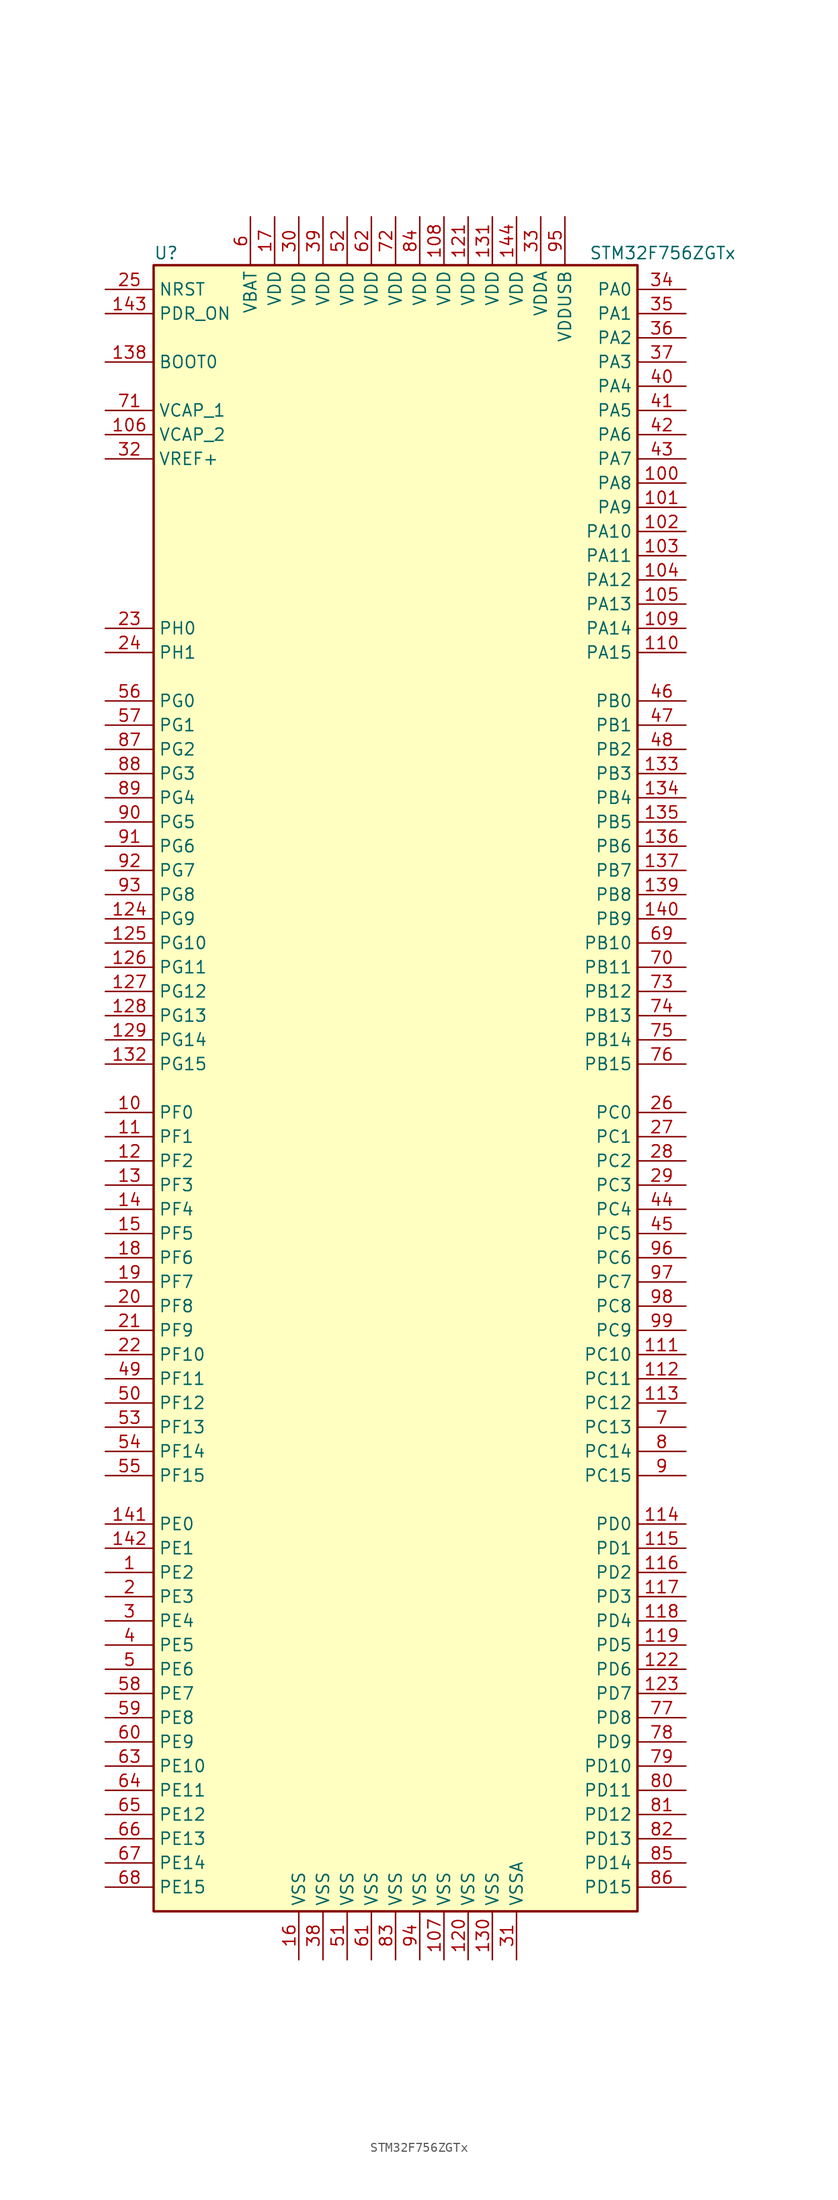
<source format=kicad_sym>
(kicad_symbol_lib
  (version 20211014)
  (generator kicad_symbol_editor)
  (symbol "STM32F756ZGTx"
    (property "Reference" "U"
      (at -25.4 87.63 0)
      (effects (font (size 1.27 1.27)) (justify left)))
    (property "Value" "STM32F756ZGTx"
      (at 20.32 87.63 0)
      (effects (font (size 1.27 1.27)) (justify left)))
    (symbol "STM32F756ZGTx_0_1"
      (rectangle (start -25.4 -86.36) (end 25.4 86.36) (stroke (width 0.254) (type default) (color 0 0 0 0)) (fill (type background))))
    (symbol "STM32F756ZGTx_1_1"
      (pin bidirectional line (at -30.48 -50.8 0) (length 5.08) (name "PE2" (effects (font (size 1.27 1.27)))) (number "1" (effects (font (size 1.27 1.27)))))
      (pin bidirectional line (at -30.48 -2.54 0) (length 5.08) (name "PF0" (effects (font (size 1.27 1.27)))) (number "10" (effects (font (size 1.27 1.27)))))
      (pin bidirectional line (at 30.48 63.5 180) (length 5.08) (name "PA8" (effects (font (size 1.27 1.27)))) (number "100" (effects (font (size 1.27 1.27)))))
      (pin bidirectional line (at 30.48 60.96 180) (length 5.08) (name "PA9" (effects (font (size 1.27 1.27)))) (number "101" (effects (font (size 1.27 1.27)))))
      (pin bidirectional line (at 30.48 58.42 180) (length 5.08) (name "PA10" (effects (font (size 1.27 1.27)))) (number "102" (effects (font (size 1.27 1.27)))))
      (pin bidirectional line (at 30.48 55.88 180) (length 5.08) (name "PA11" (effects (font (size 1.27 1.27)))) (number "103" (effects (font (size 1.27 1.27)))))
      (pin bidirectional line (at 30.48 53.34 180) (length 5.08) (name "PA12" (effects (font (size 1.27 1.27)))) (number "104" (effects (font (size 1.27 1.27)))))
      (pin bidirectional line (at 30.48 50.8 180) (length 5.08) (name "PA13" (effects (font (size 1.27 1.27)))) (number "105" (effects (font (size 1.27 1.27)))))
      (pin power_in line (at -30.48 68.58 0) (length 5.08) (name "VCAP_2" (effects (font (size 1.27 1.27)))) (number "106" (effects (font (size 1.27 1.27)))))
      (pin power_in line (at 5.08 -91.44 90) (length 5.08) (name "VSS" (effects (font (size 1.27 1.27)))) (number "107" (effects (font (size 1.27 1.27)))))
      (pin power_in line (at 5.08 91.44 270) (length 5.08) (name "VDD" (effects (font (size 1.27 1.27)))) (number "108" (effects (font (size 1.27 1.27)))))
      (pin bidirectional line (at 30.48 48.26 180) (length 5.08) (name "PA14" (effects (font (size 1.27 1.27)))) (number "109" (effects (font (size 1.27 1.27)))))
      (pin bidirectional line (at -30.48 -5.08 0) (length 5.08) (name "PF1" (effects (font (size 1.27 1.27)))) (number "11" (effects (font (size 1.27 1.27)))))
      (pin bidirectional line (at 30.48 45.72 180) (length 5.08) (name "PA15" (effects (font (size 1.27 1.27)))) (number "110" (effects (font (size 1.27 1.27)))))
      (pin bidirectional line (at 30.48 -27.94 180) (length 5.08) (name "PC10" (effects (font (size 1.27 1.27)))) (number "111" (effects (font (size 1.27 1.27)))))
      (pin bidirectional line (at 30.48 -30.48 180) (length 5.08) (name "PC11" (effects (font (size 1.27 1.27)))) (number "112" (effects (font (size 1.27 1.27)))))
      (pin bidirectional line (at 30.48 -33.02 180) (length 5.08) (name "PC12" (effects (font (size 1.27 1.27)))) (number "113" (effects (font (size 1.27 1.27)))))
      (pin bidirectional line (at 30.48 -45.72 180) (length 5.08) (name "PD0" (effects (font (size 1.27 1.27)))) (number "114" (effects (font (size 1.27 1.27)))))
      (pin bidirectional line (at 30.48 -48.26 180) (length 5.08) (name "PD1" (effects (font (size 1.27 1.27)))) (number "115" (effects (font (size 1.27 1.27)))))
      (pin bidirectional line (at 30.48 -50.8 180) (length 5.08) (name "PD2" (effects (font (size 1.27 1.27)))) (number "116" (effects (font (size 1.27 1.27)))))
      (pin bidirectional line (at 30.48 -53.34 180) (length 5.08) (name "PD3" (effects (font (size 1.27 1.27)))) (number "117" (effects (font (size 1.27 1.27)))))
      (pin bidirectional line (at 30.48 -55.88 180) (length 5.08) (name "PD4" (effects (font (size 1.27 1.27)))) (number "118" (effects (font (size 1.27 1.27)))))
      (pin bidirectional line (at 30.48 -58.42 180) (length 5.08) (name "PD5" (effects (font (size 1.27 1.27)))) (number "119" (effects (font (size 1.27 1.27)))))
      (pin bidirectional line (at -30.48 -7.62 0) (length 5.08) (name "PF2" (effects (font (size 1.27 1.27)))) (number "12" (effects (font (size 1.27 1.27)))))
      (pin power_in line (at 7.62 -91.44 90) (length 5.08) (name "VSS" (effects (font (size 1.27 1.27)))) (number "120" (effects (font (size 1.27 1.27)))))
      (pin power_in line (at 7.62 91.44 270) (length 5.08) (name "VDD" (effects (font (size 1.27 1.27)))) (number "121" (effects (font (size 1.27 1.27)))))
      (pin bidirectional line (at 30.48 -60.96 180) (length 5.08) (name "PD6" (effects (font (size 1.27 1.27)))) (number "122" (effects (font (size 1.27 1.27)))))
      (pin bidirectional line (at 30.48 -63.5 180) (length 5.08) (name "PD7" (effects (font (size 1.27 1.27)))) (number "123" (effects (font (size 1.27 1.27)))))
      (pin bidirectional line (at -30.48 17.78 0) (length 5.08) (name "PG9" (effects (font (size 1.27 1.27)))) (number "124" (effects (font (size 1.27 1.27)))))
      (pin bidirectional line (at -30.48 15.24 0) (length 5.08) (name "PG10" (effects (font (size 1.27 1.27)))) (number "125" (effects (font (size 1.27 1.27)))))
      (pin bidirectional line (at -30.48 12.7 0) (length 5.08) (name "PG11" (effects (font (size 1.27 1.27)))) (number "126" (effects (font (size 1.27 1.27)))))
      (pin bidirectional line (at -30.48 10.16 0) (length 5.08) (name "PG12" (effects (font (size 1.27 1.27)))) (number "127" (effects (font (size 1.27 1.27)))))
      (pin bidirectional line (at -30.48 7.62 0) (length 5.08) (name "PG13" (effects (font (size 1.27 1.27)))) (number "128" (effects (font (size 1.27 1.27)))))
      (pin bidirectional line (at -30.48 5.08 0) (length 5.08) (name "PG14" (effects (font (size 1.27 1.27)))) (number "129" (effects (font (size 1.27 1.27)))))
      (pin bidirectional line (at -30.48 -10.16 0) (length 5.08) (name "PF3" (effects (font (size 1.27 1.27)))) (number "13" (effects (font (size 1.27 1.27)))))
      (pin power_in line (at 10.16 -91.44 90) (length 5.08) (name "VSS" (effects (font (size 1.27 1.27)))) (number "130" (effects (font (size 1.27 1.27)))))
      (pin power_in line (at 10.16 91.44 270) (length 5.08) (name "VDD" (effects (font (size 1.27 1.27)))) (number "131" (effects (font (size 1.27 1.27)))))
      (pin bidirectional line (at -30.48 2.54 0) (length 5.08) (name "PG15" (effects (font (size 1.27 1.27)))) (number "132" (effects (font (size 1.27 1.27)))))
      (pin bidirectional line (at 30.48 33.02 180) (length 5.08) (name "PB3" (effects (font (size 1.27 1.27)))) (number "133" (effects (font (size 1.27 1.27)))))
      (pin bidirectional line (at 30.48 30.48 180) (length 5.08) (name "PB4" (effects (font (size 1.27 1.27)))) (number "134" (effects (font (size 1.27 1.27)))))
      (pin bidirectional line (at 30.48 27.94 180) (length 5.08) (name "PB5" (effects (font (size 1.27 1.27)))) (number "135" (effects (font (size 1.27 1.27)))))
      (pin bidirectional line (at 30.48 25.4 180) (length 5.08) (name "PB6" (effects (font (size 1.27 1.27)))) (number "136" (effects (font (size 1.27 1.27)))))
      (pin bidirectional line (at 30.48 22.86 180) (length 5.08) (name "PB7" (effects (font (size 1.27 1.27)))) (number "137" (effects (font (size 1.27 1.27)))))
      (pin input line (at -30.48 76.2 0) (length 5.08) (name "BOOT0" (effects (font (size 1.27 1.27)))) (number "138" (effects (font (size 1.27 1.27)))))
      (pin bidirectional line (at 30.48 20.32 180) (length 5.08) (name "PB8" (effects (font (size 1.27 1.27)))) (number "139" (effects (font (size 1.27 1.27)))))
      (pin bidirectional line (at -30.48 -12.7 0) (length 5.08) (name "PF4" (effects (font (size 1.27 1.27)))) (number "14" (effects (font (size 1.27 1.27)))))
      (pin bidirectional line (at 30.48 17.78 180) (length 5.08) (name "PB9" (effects (font (size 1.27 1.27)))) (number "140" (effects (font (size 1.27 1.27)))))
      (pin bidirectional line (at -30.48 -45.72 0) (length 5.08) (name "PE0" (effects (font (size 1.27 1.27)))) (number "141" (effects (font (size 1.27 1.27)))))
      (pin bidirectional line (at -30.48 -48.26 0) (length 5.08) (name "PE1" (effects (font (size 1.27 1.27)))) (number "142" (effects (font (size 1.27 1.27)))))
      (pin input line (at -30.48 81.28 0) (length 5.08) (name "PDR_ON" (effects (font (size 1.27 1.27)))) (number "143" (effects (font (size 1.27 1.27)))))
      (pin power_in line (at 12.7 91.44 270) (length 5.08) (name "VDD" (effects (font (size 1.27 1.27)))) (number "144" (effects (font (size 1.27 1.27)))))
      (pin bidirectional line (at -30.48 -15.24 0) (length 5.08) (name "PF5" (effects (font (size 1.27 1.27)))) (number "15" (effects (font (size 1.27 1.27)))))
      (pin power_in line (at -10.16 -91.44 90) (length 5.08) (name "VSS" (effects (font (size 1.27 1.27)))) (number "16" (effects (font (size 1.27 1.27)))))
      (pin power_in line (at -12.7 91.44 270) (length 5.08) (name "VDD" (effects (font (size 1.27 1.27)))) (number "17" (effects (font (size 1.27 1.27)))))
      (pin bidirectional line (at -30.48 -17.78 0) (length 5.08) (name "PF6" (effects (font (size 1.27 1.27)))) (number "18" (effects (font (size 1.27 1.27)))))
      (pin bidirectional line (at -30.48 -20.32 0) (length 5.08) (name "PF7" (effects (font (size 1.27 1.27)))) (number "19" (effects (font (size 1.27 1.27)))))
      (pin bidirectional line (at -30.48 -53.34 0) (length 5.08) (name "PE3" (effects (font (size 1.27 1.27)))) (number "2" (effects (font (size 1.27 1.27)))))
      (pin bidirectional line (at -30.48 -22.86 0) (length 5.08) (name "PF8" (effects (font (size 1.27 1.27)))) (number "20" (effects (font (size 1.27 1.27)))))
      (pin bidirectional line (at -30.48 -25.4 0) (length 5.08) (name "PF9" (effects (font (size 1.27 1.27)))) (number "21" (effects (font (size 1.27 1.27)))))
      (pin bidirectional line (at -30.48 -27.94 0) (length 5.08) (name "PF10" (effects (font (size 1.27 1.27)))) (number "22" (effects (font (size 1.27 1.27)))))
      (pin input line (at -30.48 48.26 0) (length 5.08) (name "PH0" (effects (font (size 1.27 1.27)))) (number "23" (effects (font (size 1.27 1.27)))))
      (pin input line (at -30.48 45.72 0) (length 5.08) (name "PH1" (effects (font (size 1.27 1.27)))) (number "24" (effects (font (size 1.27 1.27)))))
      (pin input line (at -30.48 83.82 0) (length 5.08) (name "NRST" (effects (font (size 1.27 1.27)))) (number "25" (effects (font (size 1.27 1.27)))))
      (pin bidirectional line (at 30.48 -2.54 180) (length 5.08) (name "PC0" (effects (font (size 1.27 1.27)))) (number "26" (effects (font (size 1.27 1.27)))))
      (pin bidirectional line (at 30.48 -5.08 180) (length 5.08) (name "PC1" (effects (font (size 1.27 1.27)))) (number "27" (effects (font (size 1.27 1.27)))))
      (pin bidirectional line (at 30.48 -7.62 180) (length 5.08) (name "PC2" (effects (font (size 1.27 1.27)))) (number "28" (effects (font (size 1.27 1.27)))))
      (pin bidirectional line (at 30.48 -10.16 180) (length 5.08) (name "PC3" (effects (font (size 1.27 1.27)))) (number "29" (effects (font (size 1.27 1.27)))))
      (pin bidirectional line (at -30.48 -55.88 0) (length 5.08) (name "PE4" (effects (font (size 1.27 1.27)))) (number "3" (effects (font (size 1.27 1.27)))))
      (pin power_in line (at -10.16 91.44 270) (length 5.08) (name "VDD" (effects (font (size 1.27 1.27)))) (number "30" (effects (font (size 1.27 1.27)))))
      (pin power_in line (at 12.7 -91.44 90) (length 5.08) (name "VSSA" (effects (font (size 1.27 1.27)))) (number "31" (effects (font (size 1.27 1.27)))))
      (pin power_in line (at -30.48 66.04 0) (length 5.08) (name "VREF+" (effects (font (size 1.27 1.27)))) (number "32" (effects (font (size 1.27 1.27)))))
      (pin power_in line (at 15.24 91.44 270) (length 5.08) (name "VDDA" (effects (font (size 1.27 1.27)))) (number "33" (effects (font (size 1.27 1.27)))))
      (pin bidirectional line (at 30.48 83.82 180) (length 5.08) (name "PA0" (effects (font (size 1.27 1.27)))) (number "34" (effects (font (size 1.27 1.27)))))
      (pin bidirectional line (at 30.48 81.28 180) (length 5.08) (name "PA1" (effects (font (size 1.27 1.27)))) (number "35" (effects (font (size 1.27 1.27)))))
      (pin bidirectional line (at 30.48 78.74 180) (length 5.08) (name "PA2" (effects (font (size 1.27 1.27)))) (number "36" (effects (font (size 1.27 1.27)))))
      (pin bidirectional line (at 30.48 76.2 180) (length 5.08) (name "PA3" (effects (font (size 1.27 1.27)))) (number "37" (effects (font (size 1.27 1.27)))))
      (pin power_in line (at -7.62 -91.44 90) (length 5.08) (name "VSS" (effects (font (size 1.27 1.27)))) (number "38" (effects (font (size 1.27 1.27)))))
      (pin power_in line (at -7.62 91.44 270) (length 5.08) (name "VDD" (effects (font (size 1.27 1.27)))) (number "39" (effects (font (size 1.27 1.27)))))
      (pin bidirectional line (at -30.48 -58.42 0) (length 5.08) (name "PE5" (effects (font (size 1.27 1.27)))) (number "4" (effects (font (size 1.27 1.27)))))
      (pin bidirectional line (at 30.48 73.66 180) (length 5.08) (name "PA4" (effects (font (size 1.27 1.27)))) (number "40" (effects (font (size 1.27 1.27)))))
      (pin bidirectional line (at 30.48 71.12 180) (length 5.08) (name "PA5" (effects (font (size 1.27 1.27)))) (number "41" (effects (font (size 1.27 1.27)))))
      (pin bidirectional line (at 30.48 68.58 180) (length 5.08) (name "PA6" (effects (font (size 1.27 1.27)))) (number "42" (effects (font (size 1.27 1.27)))))
      (pin bidirectional line (at 30.48 66.04 180) (length 5.08) (name "PA7" (effects (font (size 1.27 1.27)))) (number "43" (effects (font (size 1.27 1.27)))))
      (pin bidirectional line (at 30.48 -12.7 180) (length 5.08) (name "PC4" (effects (font (size 1.27 1.27)))) (number "44" (effects (font (size 1.27 1.27)))))
      (pin bidirectional line (at 30.48 -15.24 180) (length 5.08) (name "PC5" (effects (font (size 1.27 1.27)))) (number "45" (effects (font (size 1.27 1.27)))))
      (pin bidirectional line (at 30.48 40.64 180) (length 5.08) (name "PB0" (effects (font (size 1.27 1.27)))) (number "46" (effects (font (size 1.27 1.27)))))
      (pin bidirectional line (at 30.48 38.1 180) (length 5.08) (name "PB1" (effects (font (size 1.27 1.27)))) (number "47" (effects (font (size 1.27 1.27)))))
      (pin bidirectional line (at 30.48 35.56 180) (length 5.08) (name "PB2" (effects (font (size 1.27 1.27)))) (number "48" (effects (font (size 1.27 1.27)))))
      (pin bidirectional line (at -30.48 -30.48 0) (length 5.08) (name "PF11" (effects (font (size 1.27 1.27)))) (number "49" (effects (font (size 1.27 1.27)))))
      (pin bidirectional line (at -30.48 -60.96 0) (length 5.08) (name "PE6" (effects (font (size 1.27 1.27)))) (number "5" (effects (font (size 1.27 1.27)))))
      (pin bidirectional line (at -30.48 -33.02 0) (length 5.08) (name "PF12" (effects (font (size 1.27 1.27)))) (number "50" (effects (font (size 1.27 1.27)))))
      (pin power_in line (at -5.08 -91.44 90) (length 5.08) (name "VSS" (effects (font (size 1.27 1.27)))) (number "51" (effects (font (size 1.27 1.27)))))
      (pin power_in line (at -5.08 91.44 270) (length 5.08) (name "VDD" (effects (font (size 1.27 1.27)))) (number "52" (effects (font (size 1.27 1.27)))))
      (pin bidirectional line (at -30.48 -35.56 0) (length 5.08) (name "PF13" (effects (font (size 1.27 1.27)))) (number "53" (effects (font (size 1.27 1.27)))))
      (pin bidirectional line (at -30.48 -38.1 0) (length 5.08) (name "PF14" (effects (font (size 1.27 1.27)))) (number "54" (effects (font (size 1.27 1.27)))))
      (pin bidirectional line (at -30.48 -40.64 0) (length 5.08) (name "PF15" (effects (font (size 1.27 1.27)))) (number "55" (effects (font (size 1.27 1.27)))))
      (pin bidirectional line (at -30.48 40.64 0) (length 5.08) (name "PG0" (effects (font (size 1.27 1.27)))) (number "56" (effects (font (size 1.27 1.27)))))
      (pin bidirectional line (at -30.48 38.1 0) (length 5.08) (name "PG1" (effects (font (size 1.27 1.27)))) (number "57" (effects (font (size 1.27 1.27)))))
      (pin bidirectional line (at -30.48 -63.5 0) (length 5.08) (name "PE7" (effects (font (size 1.27 1.27)))) (number "58" (effects (font (size 1.27 1.27)))))
      (pin bidirectional line (at -30.48 -66.04 0) (length 5.08) (name "PE8" (effects (font (size 1.27 1.27)))) (number "59" (effects (font (size 1.27 1.27)))))
      (pin power_in line (at -15.24 91.44 270) (length 5.08) (name "VBAT" (effects (font (size 1.27 1.27)))) (number "6" (effects (font (size 1.27 1.27)))))
      (pin bidirectional line (at -30.48 -68.58 0) (length 5.08) (name "PE9" (effects (font (size 1.27 1.27)))) (number "60" (effects (font (size 1.27 1.27)))))
      (pin power_in line (at -2.54 -91.44 90) (length 5.08) (name "VSS" (effects (font (size 1.27 1.27)))) (number "61" (effects (font (size 1.27 1.27)))))
      (pin power_in line (at -2.54 91.44 270) (length 5.08) (name "VDD" (effects (font (size 1.27 1.27)))) (number "62" (effects (font (size 1.27 1.27)))))
      (pin bidirectional line (at -30.48 -71.12 0) (length 5.08) (name "PE10" (effects (font (size 1.27 1.27)))) (number "63" (effects (font (size 1.27 1.27)))))
      (pin bidirectional line (at -30.48 -73.66 0) (length 5.08) (name "PE11" (effects (font (size 1.27 1.27)))) (number "64" (effects (font (size 1.27 1.27)))))
      (pin bidirectional line (at -30.48 -76.2 0) (length 5.08) (name "PE12" (effects (font (size 1.27 1.27)))) (number "65" (effects (font (size 1.27 1.27)))))
      (pin bidirectional line (at -30.48 -78.74 0) (length 5.08) (name "PE13" (effects (font (size 1.27 1.27)))) (number "66" (effects (font (size 1.27 1.27)))))
      (pin bidirectional line (at -30.48 -81.28 0) (length 5.08) (name "PE14" (effects (font (size 1.27 1.27)))) (number "67" (effects (font (size 1.27 1.27)))))
      (pin bidirectional line (at -30.48 -83.82 0) (length 5.08) (name "PE15" (effects (font (size 1.27 1.27)))) (number "68" (effects (font (size 1.27 1.27)))))
      (pin bidirectional line (at 30.48 15.24 180) (length 5.08) (name "PB10" (effects (font (size 1.27 1.27)))) (number "69" (effects (font (size 1.27 1.27)))))
      (pin bidirectional line (at 30.48 -35.56 180) (length 5.08) (name "PC13" (effects (font (size 1.27 1.27)))) (number "7" (effects (font (size 1.27 1.27)))))
      (pin bidirectional line (at 30.48 12.7 180) (length 5.08) (name "PB11" (effects (font (size 1.27 1.27)))) (number "70" (effects (font (size 1.27 1.27)))))
      (pin power_in line (at -30.48 71.12 0) (length 5.08) (name "VCAP_1" (effects (font (size 1.27 1.27)))) (number "71" (effects (font (size 1.27 1.27)))))
      (pin power_in line (at 0 91.44 270) (length 5.08) (name "VDD" (effects (font (size 1.27 1.27)))) (number "72" (effects (font (size 1.27 1.27)))))
      (pin bidirectional line (at 30.48 10.16 180) (length 5.08) (name "PB12" (effects (font (size 1.27 1.27)))) (number "73" (effects (font (size 1.27 1.27)))))
      (pin bidirectional line (at 30.48 7.62 180) (length 5.08) (name "PB13" (effects (font (size 1.27 1.27)))) (number "74" (effects (font (size 1.27 1.27)))))
      (pin bidirectional line (at 30.48 5.08 180) (length 5.08) (name "PB14" (effects (font (size 1.27 1.27)))) (number "75" (effects (font (size 1.27 1.27)))))
      (pin bidirectional line (at 30.48 2.54 180) (length 5.08) (name "PB15" (effects (font (size 1.27 1.27)))) (number "76" (effects (font (size 1.27 1.27)))))
      (pin bidirectional line (at 30.48 -66.04 180) (length 5.08) (name "PD8" (effects (font (size 1.27 1.27)))) (number "77" (effects (font (size 1.27 1.27)))))
      (pin bidirectional line (at 30.48 -68.58 180) (length 5.08) (name "PD9" (effects (font (size 1.27 1.27)))) (number "78" (effects (font (size 1.27 1.27)))))
      (pin bidirectional line (at 30.48 -71.12 180) (length 5.08) (name "PD10" (effects (font (size 1.27 1.27)))) (number "79" (effects (font (size 1.27 1.27)))))
      (pin bidirectional line (at 30.48 -38.1 180) (length 5.08) (name "PC14" (effects (font (size 1.27 1.27)))) (number "8" (effects (font (size 1.27 1.27)))))
      (pin bidirectional line (at 30.48 -73.66 180) (length 5.08) (name "PD11" (effects (font (size 1.27 1.27)))) (number "80" (effects (font (size 1.27 1.27)))))
      (pin bidirectional line (at 30.48 -76.2 180) (length 5.08) (name "PD12" (effects (font (size 1.27 1.27)))) (number "81" (effects (font (size 1.27 1.27)))))
      (pin bidirectional line (at 30.48 -78.74 180) (length 5.08) (name "PD13" (effects (font (size 1.27 1.27)))) (number "82" (effects (font (size 1.27 1.27)))))
      (pin power_in line (at 0 -91.44 90) (length 5.08) (name "VSS" (effects (font (size 1.27 1.27)))) (number "83" (effects (font (size 1.27 1.27)))))
      (pin power_in line (at 2.54 91.44 270) (length 5.08) (name "VDD" (effects (font (size 1.27 1.27)))) (number "84" (effects (font (size 1.27 1.27)))))
      (pin bidirectional line (at 30.48 -81.28 180) (length 5.08) (name "PD14" (effects (font (size 1.27 1.27)))) (number "85" (effects (font (size 1.27 1.27)))))
      (pin bidirectional line (at 30.48 -83.82 180) (length 5.08) (name "PD15" (effects (font (size 1.27 1.27)))) (number "86" (effects (font (size 1.27 1.27)))))
      (pin bidirectional line (at -30.48 35.56 0) (length 5.08) (name "PG2" (effects (font (size 1.27 1.27)))) (number "87" (effects (font (size 1.27 1.27)))))
      (pin bidirectional line (at -30.48 33.02 0) (length 5.08) (name "PG3" (effects (font (size 1.27 1.27)))) (number "88" (effects (font (size 1.27 1.27)))))
      (pin bidirectional line (at -30.48 30.48 0) (length 5.08) (name "PG4" (effects (font (size 1.27 1.27)))) (number "89" (effects (font (size 1.27 1.27)))))
      (pin bidirectional line (at 30.48 -40.64 180) (length 5.08) (name "PC15" (effects (font (size 1.27 1.27)))) (number "9" (effects (font (size 1.27 1.27)))))
      (pin bidirectional line (at -30.48 27.94 0) (length 5.08) (name "PG5" (effects (font (size 1.27 1.27)))) (number "90" (effects (font (size 1.27 1.27)))))
      (pin bidirectional line (at -30.48 25.4 0) (length 5.08) (name "PG6" (effects (font (size 1.27 1.27)))) (number "91" (effects (font (size 1.27 1.27)))))
      (pin bidirectional line (at -30.48 22.86 0) (length 5.08) (name "PG7" (effects (font (size 1.27 1.27)))) (number "92" (effects (font (size 1.27 1.27)))))
      (pin bidirectional line (at -30.48 20.32 0) (length 5.08) (name "PG8" (effects (font (size 1.27 1.27)))) (number "93" (effects (font (size 1.27 1.27)))))
      (pin power_in line (at 2.54 -91.44 90) (length 5.08) (name "VSS" (effects (font (size 1.27 1.27)))) (number "94" (effects (font (size 1.27 1.27)))))
      (pin power_in line (at 17.78 91.44 270) (length 5.08) (name "VDDUSB" (effects (font (size 1.27 1.27)))) (number "95" (effects (font (size 1.27 1.27)))))
      (pin bidirectional line (at 30.48 -17.78 180) (length 5.08) (name "PC6" (effects (font (size 1.27 1.27)))) (number "96" (effects (font (size 1.27 1.27)))))
      (pin bidirectional line (at 30.48 -20.32 180) (length 5.08) (name "PC7" (effects (font (size 1.27 1.27)))) (number "97" (effects (font (size 1.27 1.27)))))
      (pin bidirectional line (at 30.48 -22.86 180) (length 5.08) (name "PC8" (effects (font (size 1.27 1.27)))) (number "98" (effects (font (size 1.27 1.27)))))
      (pin bidirectional line (at 30.48 -25.4 180) (length 5.08) (name "PC9" (effects (font (size 1.27 1.27)))) (number "99" (effects (font (size 1.27 1.27))))))))
</source>
